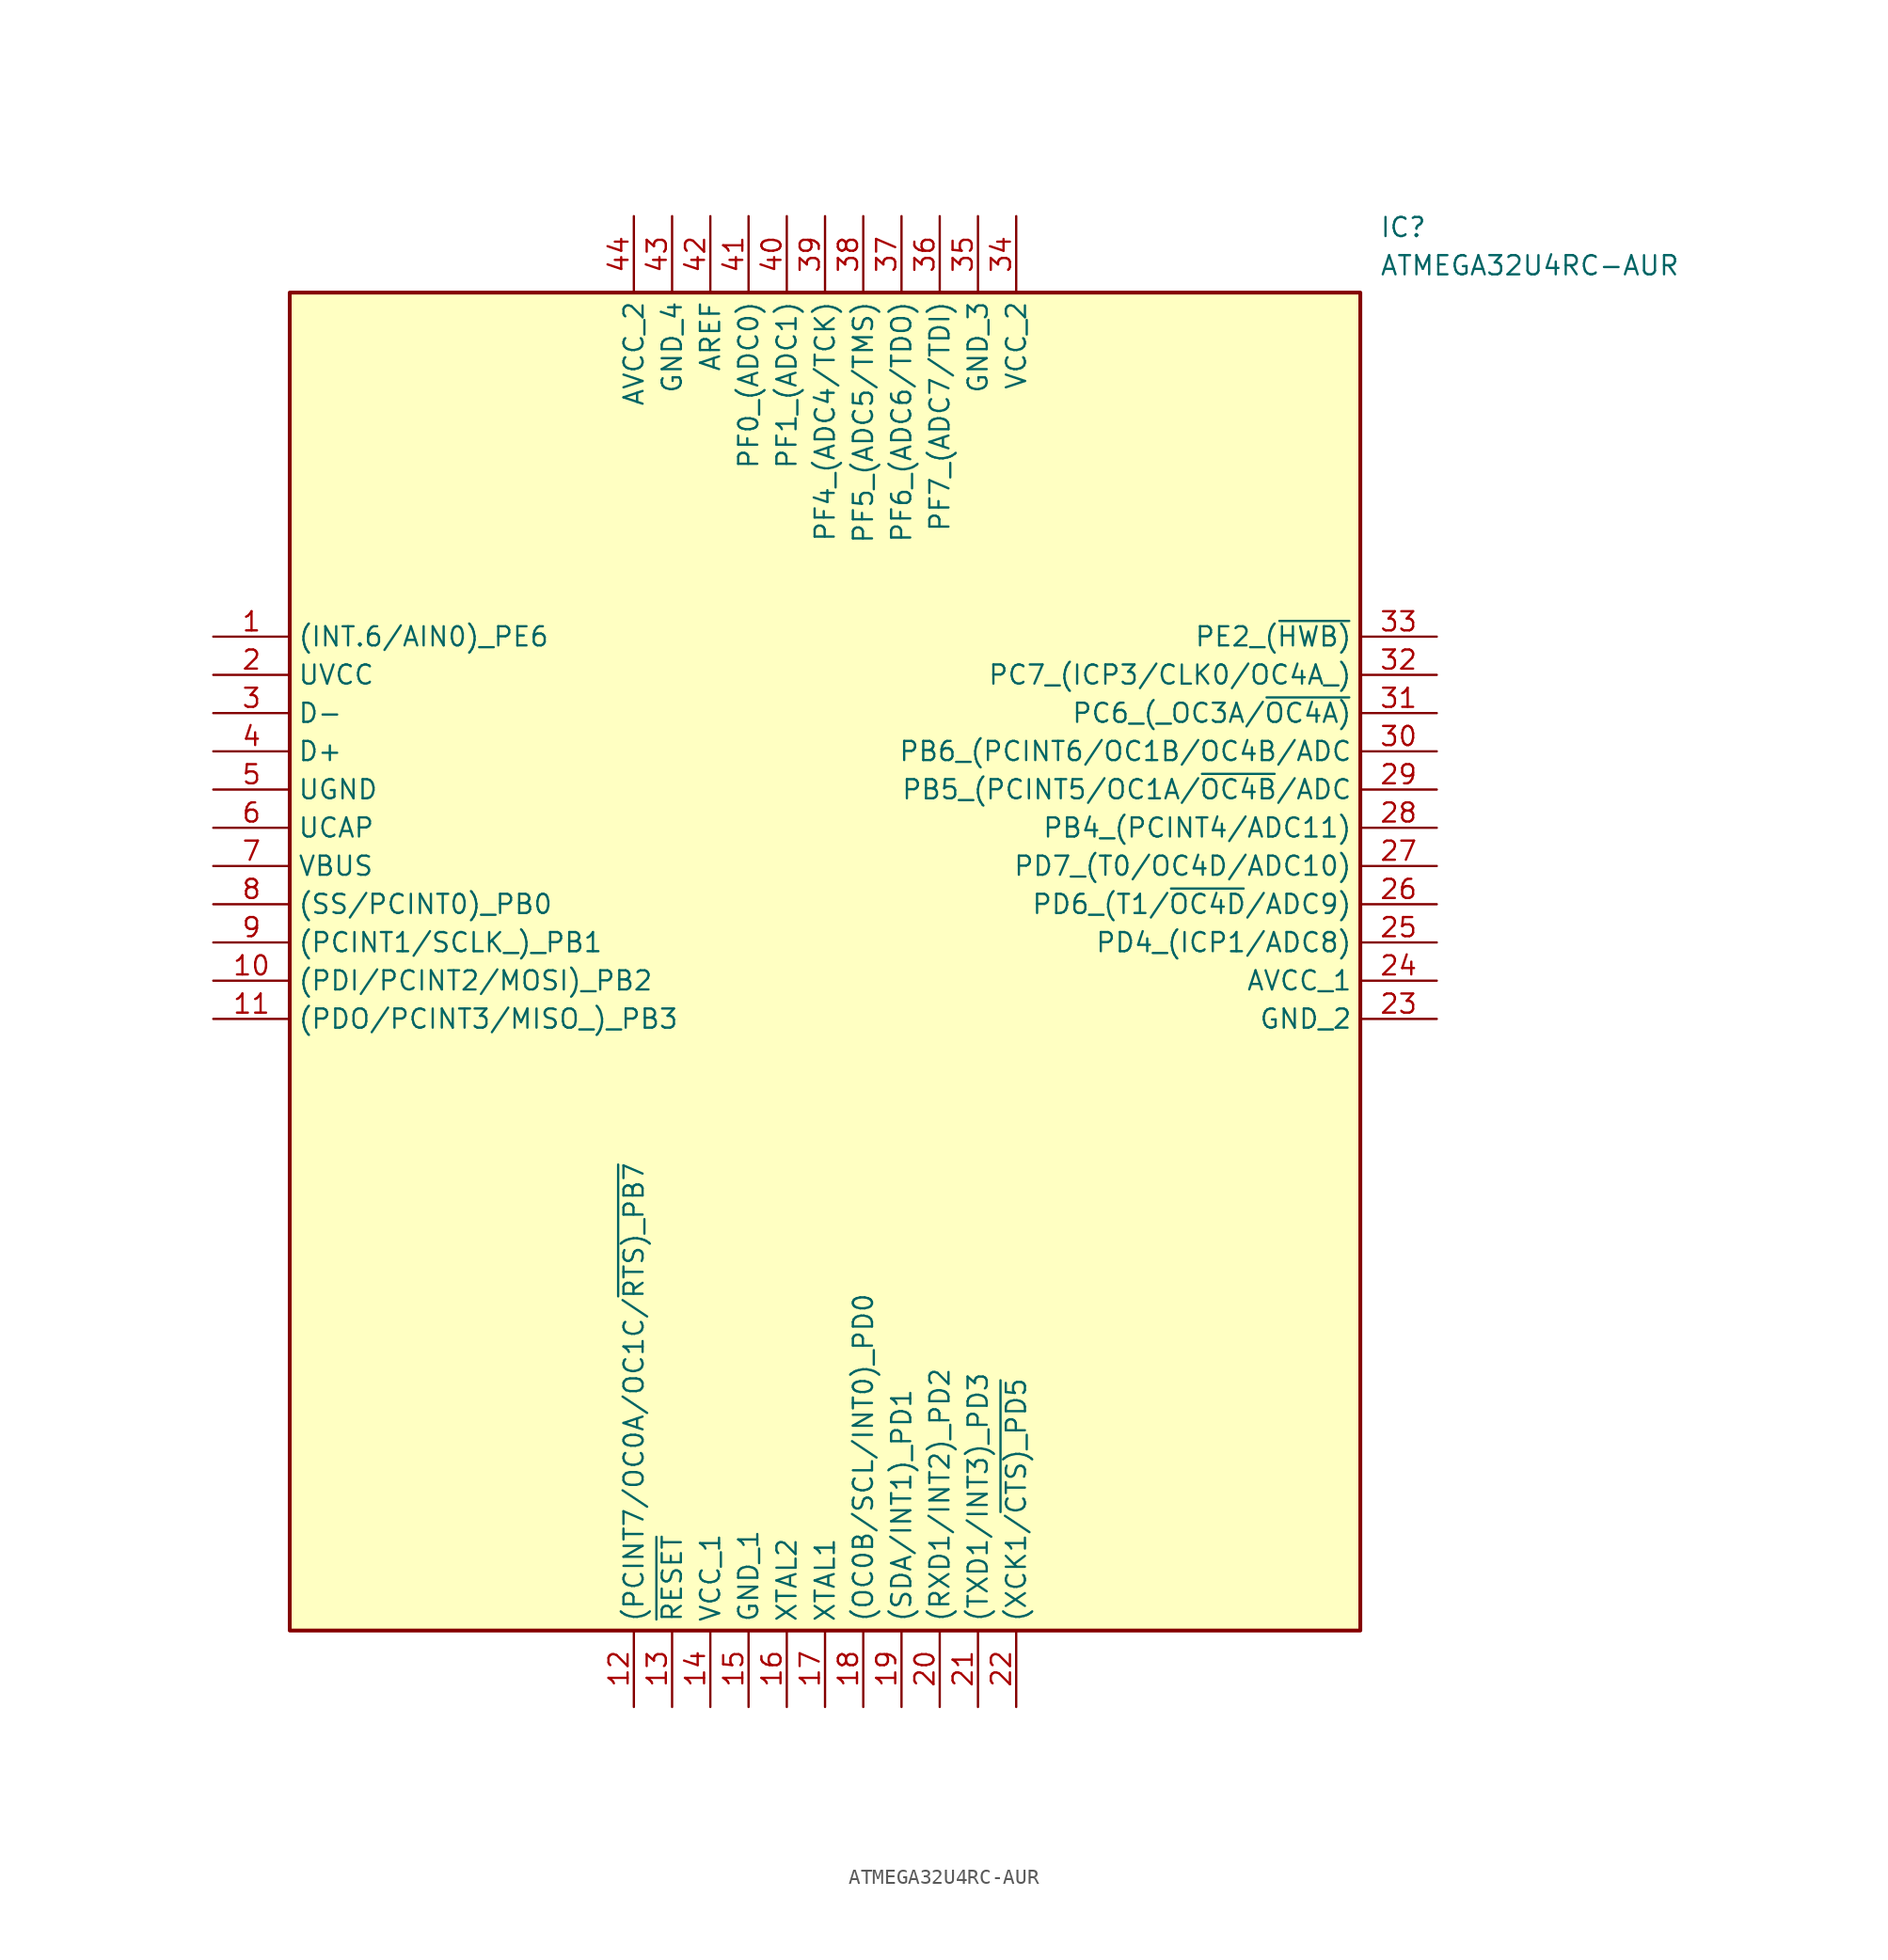
<source format=kicad_sym>
(kicad_symbol_lib
  (version 20211014)
  (generator SamacSys_ECAD_Model)
  (symbol "ATMEGA32U4RC-AUR"
    (property "Reference" "IC"
      (at 77.47 27.94 0)
      (effects (font (size 1.27 1.27)) (justify left top)))
    (property "Value" "ATMEGA32U4RC-AUR"
      (at 77.47 25.4 0)
      (effects (font (size 1.27 1.27)) (justify left top)))
    (rectangle
      (start 5.08 22.86)
      (end 76.2 -66.04)
      (stroke (width 0.254) (type default))
      (fill (type background)))
    (pin passive line
      (at 0 0 0)
      (length 5.08)
      (name "(INT.6/AIN0)_PE6" (effects (font (size 1.27 1.27))))
      (number "1" (effects (font (size 1.27 1.27)))))
    (pin passive line
      (at 0 -2.54 0)
      (length 5.08)
      (name "UVCC" (effects (font (size 1.27 1.27))))
      (number "2" (effects (font (size 1.27 1.27)))))
    (pin passive line
      (at 0 -5.08 0)
      (length 5.08)
      (name "D-" (effects (font (size 1.27 1.27))))
      (number "3" (effects (font (size 1.27 1.27)))))
    (pin passive line
      (at 0 -7.62 0)
      (length 5.08)
      (name "D+" (effects (font (size 1.27 1.27))))
      (number "4" (effects (font (size 1.27 1.27)))))
    (pin passive line
      (at 0 -10.16 0)
      (length 5.08)
      (name "UGND" (effects (font (size 1.27 1.27))))
      (number "5" (effects (font (size 1.27 1.27)))))
    (pin passive line
      (at 0 -12.7 0)
      (length 5.08)
      (name "UCAP" (effects (font (size 1.27 1.27))))
      (number "6" (effects (font (size 1.27 1.27)))))
    (pin passive line
      (at 0 -15.24 0)
      (length 5.08)
      (name "VBUS" (effects (font (size 1.27 1.27))))
      (number "7" (effects (font (size 1.27 1.27)))))
    (pin passive line
      (at 0 -17.78 0)
      (length 5.08)
      (name "(SS/PCINT0)_PB0" (effects (font (size 1.27 1.27))))
      (number "8" (effects (font (size 1.27 1.27)))))
    (pin passive line
      (at 0 -20.32 0)
      (length 5.08)
      (name "(PCINT1/SCLK_)_PB1" (effects (font (size 1.27 1.27))))
      (number "9" (effects (font (size 1.27 1.27)))))
    (pin passive line
      (at 0 -22.86 0)
      (length 5.08)
      (name "(PDI/PCINT2/MOSI)_PB2" (effects (font (size 1.27 1.27))))
      (number "10" (effects (font (size 1.27 1.27)))))
    (pin passive line
      (at 0 -25.4 0)
      (length 5.08)
      (name "(PDO/PCINT3/MISO_)_PB3" (effects (font (size 1.27 1.27))))
      (number "11" (effects (font (size 1.27 1.27)))))
    (pin passive line
      (at 27.94 -71.12 90)
      (length 5.08)
      (name "(PCINT7/OC0A/OC1C/~{RTS)_PB7}" (effects (font (size 1.27 1.27))))
      (number "12" (effects (font (size 1.27 1.27)))))
    (pin passive line
      (at 30.48 -71.12 90)
      (length 5.08)
      (name "~{RESET}" (effects (font (size 1.27 1.27))))
      (number "13" (effects (font (size 1.27 1.27)))))
    (pin passive line
      (at 33.02 -71.12 90)
      (length 5.08)
      (name "VCC_1" (effects (font (size 1.27 1.27))))
      (number "14" (effects (font (size 1.27 1.27)))))
    (pin passive line
      (at 35.56 -71.12 90)
      (length 5.08)
      (name "GND_1" (effects (font (size 1.27 1.27))))
      (number "15" (effects (font (size 1.27 1.27)))))
    (pin passive line
      (at 38.1 -71.12 90)
      (length 5.08)
      (name "XTAL2" (effects (font (size 1.27 1.27))))
      (number "16" (effects (font (size 1.27 1.27)))))
    (pin passive line
      (at 40.64 -71.12 90)
      (length 5.08)
      (name "XTAL1" (effects (font (size 1.27 1.27))))
      (number "17" (effects (font (size 1.27 1.27)))))
    (pin passive line
      (at 43.18 -71.12 90)
      (length 5.08)
      (name "(OC0B/SCL/INT0)_PD0" (effects (font (size 1.27 1.27))))
      (number "18" (effects (font (size 1.27 1.27)))))
    (pin passive line
      (at 45.72 -71.12 90)
      (length 5.08)
      (name "(SDA/INT1)_PD1" (effects (font (size 1.27 1.27))))
      (number "19" (effects (font (size 1.27 1.27)))))
    (pin passive line
      (at 48.26 -71.12 90)
      (length 5.08)
      (name "(RXD1/INT2)_PD2" (effects (font (size 1.27 1.27))))
      (number "20" (effects (font (size 1.27 1.27)))))
    (pin passive line
      (at 50.8 -71.12 90)
      (length 5.08)
      (name "(TXD1/INT3)_PD3" (effects (font (size 1.27 1.27))))
      (number "21" (effects (font (size 1.27 1.27)))))
    (pin passive line
      (at 53.34 -71.12 90)
      (length 5.08)
      (name "(XCK1/~{CTS)_PD5}" (effects (font (size 1.27 1.27))))
      (number "22" (effects (font (size 1.27 1.27)))))
    (pin passive line
      (at 81.28 0 180)
      (length 5.08)
      (name "PE2_(~{HWB)}" (effects (font (size 1.27 1.27))))
      (number "33" (effects (font (size 1.27 1.27)))))
    (pin passive line
      (at 81.28 -2.54 180)
      (length 5.08)
      (name "PC7_(ICP3/CLK0/OC4A_)" (effects (font (size 1.27 1.27))))
      (number "32" (effects (font (size 1.27 1.27)))))
    (pin passive line
      (at 81.28 -5.08 180)
      (length 5.08)
      (name "PC6_(_OC3A/~{OC4A)}" (effects (font (size 1.27 1.27))))
      (number "31" (effects (font (size 1.27 1.27)))))
    (pin passive line
      (at 81.28 -7.62 180)
      (length 5.08)
      (name "PB6_(PCINT6/OC1B/OC4B/ADC" (effects (font (size 1.27 1.27))))
      (number "30" (effects (font (size 1.27 1.27)))))
    (pin passive line
      (at 81.28 -10.16 180)
      (length 5.08)
      (name "PB5_(PCINT5/OC1A/~{OC4B}/ADC" (effects (font (size 1.27 1.27))))
      (number "29" (effects (font (size 1.27 1.27)))))
    (pin passive line
      (at 81.28 -12.7 180)
      (length 5.08)
      (name "PB4_(PCINT4/ADC11)" (effects (font (size 1.27 1.27))))
      (number "28" (effects (font (size 1.27 1.27)))))
    (pin passive line
      (at 81.28 -15.24 180)
      (length 5.08)
      (name "PD7_(T0/OC4D/ADC10)" (effects (font (size 1.27 1.27))))
      (number "27" (effects (font (size 1.27 1.27)))))
    (pin passive line
      (at 81.28 -17.78 180)
      (length 5.08)
      (name "PD6_(T1/~{OC4D}/ADC9)" (effects (font (size 1.27 1.27))))
      (number "26" (effects (font (size 1.27 1.27)))))
    (pin passive line
      (at 81.28 -20.32 180)
      (length 5.08)
      (name "PD4_(ICP1/ADC8)" (effects (font (size 1.27 1.27))))
      (number "25" (effects (font (size 1.27 1.27)))))
    (pin passive line
      (at 81.28 -22.86 180)
      (length 5.08)
      (name "AVCC_1" (effects (font (size 1.27 1.27))))
      (number "24" (effects (font (size 1.27 1.27)))))
    (pin passive line
      (at 81.28 -25.4 180)
      (length 5.08)
      (name "GND_2" (effects (font (size 1.27 1.27))))
      (number "23" (effects (font (size 1.27 1.27)))))
    (pin passive line
      (at 27.94 27.94 270)
      (length 5.08)
      (name "AVCC_2" (effects (font (size 1.27 1.27))))
      (number "44" (effects (font (size 1.27 1.27)))))
    (pin passive line
      (at 30.48 27.94 270)
      (length 5.08)
      (name "GND_4" (effects (font (size 1.27 1.27))))
      (number "43" (effects (font (size 1.27 1.27)))))
    (pin passive line
      (at 33.02 27.94 270)
      (length 5.08)
      (name "AREF" (effects (font (size 1.27 1.27))))
      (number "42" (effects (font (size 1.27 1.27)))))
    (pin passive line
      (at 35.56 27.94 270)
      (length 5.08)
      (name "PF0_(ADC0)" (effects (font (size 1.27 1.27))))
      (number "41" (effects (font (size 1.27 1.27)))))
    (pin passive line
      (at 38.1 27.94 270)
      (length 5.08)
      (name "PF1_(ADC1)" (effects (font (size 1.27 1.27))))
      (number "40" (effects (font (size 1.27 1.27)))))
    (pin passive line
      (at 40.64 27.94 270)
      (length 5.08)
      (name "PF4_(ADC4/TCK)" (effects (font (size 1.27 1.27))))
      (number "39" (effects (font (size 1.27 1.27)))))
    (pin passive line
      (at 43.18 27.94 270)
      (length 5.08)
      (name "PF5_(ADC5/TMS)" (effects (font (size 1.27 1.27))))
      (number "38" (effects (font (size 1.27 1.27)))))
    (pin passive line
      (at 45.72 27.94 270)
      (length 5.08)
      (name "PF6_(ADC6/TDO)" (effects (font (size 1.27 1.27))))
      (number "37" (effects (font (size 1.27 1.27)))))
    (pin passive line
      (at 48.26 27.94 270)
      (length 5.08)
      (name "PF7_(ADC7/TDI)" (effects (font (size 1.27 1.27))))
      (number "36" (effects (font (size 1.27 1.27)))))
    (pin passive line
      (at 50.8 27.94 270)
      (length 5.08)
      (name "GND_3" (effects (font (size 1.27 1.27))))
      (number "35" (effects (font (size 1.27 1.27)))))
    (pin passive line
      (at 53.34 27.94 270)
      (length 5.08)
      (name "VCC_2" (effects (font (size 1.27 1.27))))
      (number "34" (effects (font (size 1.27 1.27)))))))
</source>
